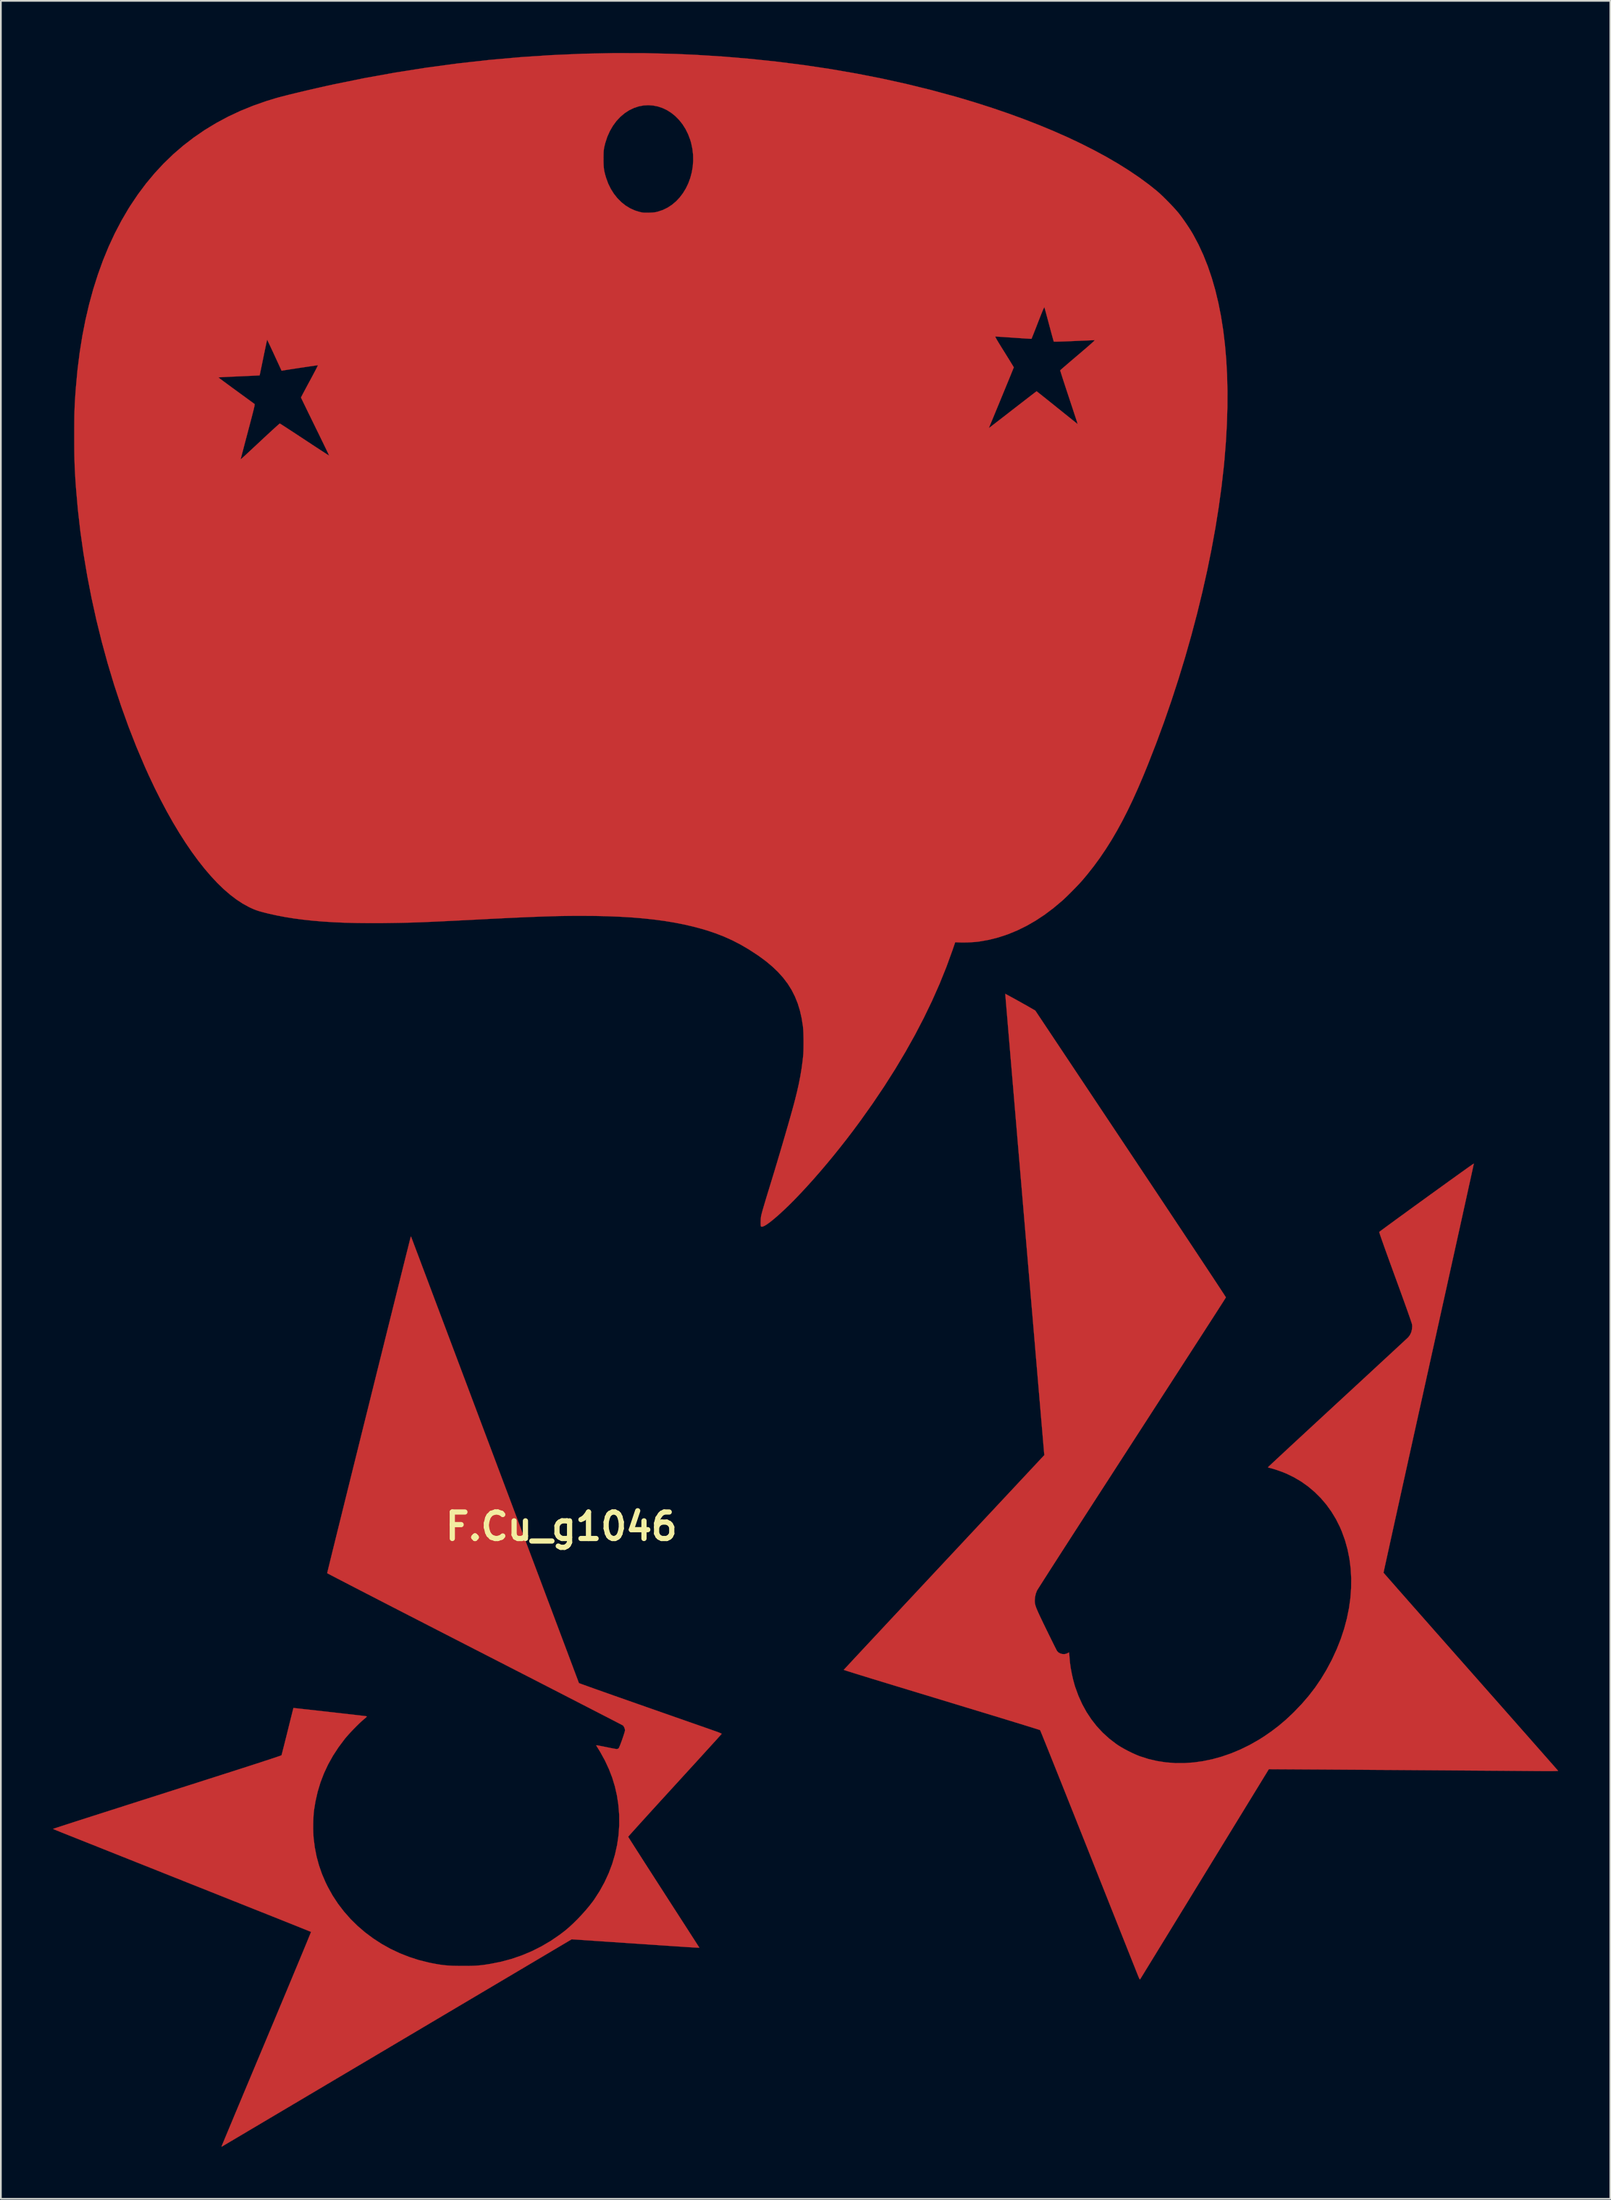
<source format=kicad_pcb>
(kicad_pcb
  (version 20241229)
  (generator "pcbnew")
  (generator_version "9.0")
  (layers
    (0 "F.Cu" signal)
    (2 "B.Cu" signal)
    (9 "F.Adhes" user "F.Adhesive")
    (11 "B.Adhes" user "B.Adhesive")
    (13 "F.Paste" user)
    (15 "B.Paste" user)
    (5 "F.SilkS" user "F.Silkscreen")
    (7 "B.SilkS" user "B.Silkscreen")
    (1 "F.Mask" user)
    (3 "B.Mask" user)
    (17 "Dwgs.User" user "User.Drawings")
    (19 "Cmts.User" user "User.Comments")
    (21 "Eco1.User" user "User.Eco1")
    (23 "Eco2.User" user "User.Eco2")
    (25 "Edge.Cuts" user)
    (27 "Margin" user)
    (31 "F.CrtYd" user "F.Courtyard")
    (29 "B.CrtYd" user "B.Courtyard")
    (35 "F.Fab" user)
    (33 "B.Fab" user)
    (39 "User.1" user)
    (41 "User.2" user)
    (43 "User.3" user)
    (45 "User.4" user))
  (footprint "F.Cu_g1046"
    (layer "F.Cu")
    (at 29.257 84.784)
    (property "Reference" "F.Cu_g1046" (at 0 0 0) (layer "F.SilkS") (effects (font (size 1.524 1.524) (thickness 0.3))))
    (attr through_hole)
    (fp_poly (pts (xy -8.643 -16.658) (xy -8.621 -16.599) (xy -8.585 -16.504) (xy -8.535 -16.373) (xy -8.473 -16.207) (xy -8.398 -16.008) (xy -8.311 -15.777) (xy -8.212 -15.516) (xy -8.103 -15.225) (xy -7.983 -14.905) (xy -7.852 -14.559) (xy -7.712 -14.187) (xy -7.563 -13.791) (xy -7.406 -13.372) (xy -7.24 -12.93) (xy -7.066 -12.469) (xy -6.885 -11.988) (xy -6.697 -11.489) (xy -6.503 -10.973) (xy -6.303 -10.441) (xy -6.098 -9.896) (xy -5.888 -9.338) (xy -5.674 -8.768) (xy -5.455 -8.187) (xy -5.234 -7.598) (xy -5.009 -7) (xy -4.782 -6.396) (xy -4.553 -5.787) (xy -4.322 -5.173) (xy -4.09 -4.557) (xy -3.858 -3.94) (xy -3.626 -3.322) (xy -3.394 -2.705) (xy -3.163 -2.091) (xy -2.933 -1.48) (xy -2.705 -0.874) (xy -2.48 -0.274) (xy -2.257 0.318) (xy -2.037 0.902) (xy -1.822 1.476) (xy -1.61 2.039) (xy -1.403 2.589) (xy -1.201 3.125) (xy -1.005 3.647) (xy -0.816 4.152) (xy -0.632 4.639) (xy -0.456 5.108) (xy -0.288 5.556) (xy -0.127 5.983) (xy 0.025 6.388) (xy 0.168 6.768) (xy 0.302 7.124) (xy 0.425 7.452) (xy 0.538 7.753) (xy 0.641 8.026) (xy 0.731 8.267) (xy 0.81 8.478) (xy 0.877 8.655) (xy 0.931 8.798) (xy 0.971 8.906) (xy 0.998 8.978) (xy 1.009 9.007) (xy 1.029 9.016) (xy 1.088 9.039) (xy 1.182 9.074) (xy 1.311 9.12) (xy 1.472 9.178) (xy 1.663 9.247) (xy 1.882 9.325) (xy 2.127 9.412) (xy 2.397 9.508) (xy 2.689 9.611) (xy 3.001 9.722) (xy 3.332 9.838) (xy 3.679 9.96) (xy 4.041 10.087) (xy 4.415 10.219) (xy 4.758 10.339) (xy 5.147 10.475) (xy 5.53 10.609) (xy 5.902 10.74) (xy 6.263 10.866) (xy 6.61 10.988) (xy 6.941 11.103) (xy 7.254 11.213) (xy 7.546 11.315) (xy 7.815 11.409) (xy 8.059 11.495) (xy 8.276 11.571) (xy 8.463 11.636) (xy 8.619 11.691) (xy 8.74 11.734) (xy 8.826 11.764) (xy 8.864 11.777) (xy 8.98 11.819) (xy 9.08 11.858) (xy 9.158 11.891) (xy 9.208 11.916) (xy 9.224 11.929) (xy 9.209 11.947) (xy 9.167 11.994) (xy 9.1 12.069) (xy 9.008 12.172) (xy 8.893 12.299) (xy 8.756 12.449) (xy 8.599 12.622) (xy 8.423 12.815) (xy 8.23 13.027) (xy 8.021 13.257) (xy 7.798 13.502) (xy 7.561 13.761) (xy 7.312 14.033) (xy 7.053 14.317) (xy 6.785 14.61) (xy 6.53 14.889) (xy 6.255 15.189) (xy 5.988 15.482) (xy 5.729 15.764) (xy 5.482 16.036) (xy 5.246 16.294) (xy 5.024 16.539) (xy 4.817 16.767) (xy 4.625 16.978) (xy 4.452 17.17) (xy 4.297 17.341) (xy 4.162 17.49) (xy 4.05 17.616) (xy 3.96 17.716) (xy 3.895 17.79) (xy 3.856 17.836) (xy 3.844 17.851) (xy 3.855 17.872) (xy 3.889 17.926) (xy 3.943 18.012) (xy 4.016 18.128) (xy 4.108 18.272) (xy 4.217 18.443) (xy 4.342 18.639) (xy 4.482 18.857) (xy 4.635 19.097) (xy 4.801 19.356) (xy 4.979 19.633) (xy 5.167 19.925) (xy 5.363 20.231) (xy 5.568 20.549) (xy 5.779 20.877) (xy 5.878 21.03) (xy 6.092 21.363) (xy 6.3 21.686) (xy 6.501 21.998) (xy 6.694 22.297) (xy 6.877 22.581) (xy 7.049 22.848) (xy 7.21 23.097) (xy 7.357 23.326) (xy 7.49 23.533) (xy 7.608 23.716) (xy 7.709 23.873) (xy 7.792 24.002) (xy 7.856 24.103) (xy 7.901 24.172) (xy 7.924 24.208) (xy 7.927 24.213) (xy 7.931 24.217) (xy 7.935 24.221) (xy 7.939 24.225) (xy 7.941 24.228) (xy 7.938 24.23) (xy 7.93 24.232) (xy 7.914 24.233) (xy 7.888 24.234) (xy 7.851 24.233) (xy 7.801 24.231) (xy 7.736 24.228) (xy 7.654 24.224) (xy 7.554 24.218) (xy 7.434 24.21) (xy 7.292 24.202) (xy 7.127 24.191) (xy 6.936 24.178) (xy 6.718 24.164) (xy 6.471 24.148) (xy 6.193 24.129) (xy 5.883 24.108) (xy 5.538 24.085) (xy 5.158 24.059) (xy 4.74 24.031) (xy 4.282 24) (xy 4.026 23.983) (xy 0.591 23.751) (xy -9.468 29.711) (xy -10.071 30.069) (xy -10.666 30.421) (xy -11.25 30.768) (xy -11.824 31.107) (xy -12.385 31.44) (xy -12.933 31.764) (xy -13.466 32.08) (xy -13.985 32.388) (xy -14.487 32.685) (xy -14.971 32.972) (xy -15.437 33.248) (xy -15.884 33.513) (xy -16.31 33.765) (xy -16.715 34.005) (xy -17.097 34.231) (xy -17.455 34.444) (xy -17.789 34.641) (xy -18.097 34.824) (xy -18.378 34.991) (xy -18.632 35.141) (xy -18.856 35.274) (xy -19.051 35.389) (xy -19.215 35.486) (xy -19.347 35.564) (xy -19.445 35.623) (xy -19.51 35.661) (xy -19.54 35.679) (xy -19.542 35.68) (xy -19.558 35.675) (xy -19.558 35.67) (xy -19.55 35.649) (xy -19.526 35.591) (xy -19.487 35.497) (xy -19.433 35.368) (xy -19.366 35.205) (xy -19.285 35.012) (xy -19.192 34.788) (xy -19.086 34.535) (xy -18.969 34.255) (xy -18.842 33.949) (xy -18.704 33.62) (xy -18.556 33.267) (xy -18.4 32.893) (xy -18.235 32.499) (xy -18.062 32.087) (xy -17.882 31.658) (xy -17.696 31.214) (xy -17.504 30.755) (xy -17.306 30.284) (xy -17.104 29.803) (xy -16.975 29.495) (xy -16.771 29.007) (xy -16.57 28.53) (xy -16.375 28.063) (xy -16.186 27.61) (xy -16.002 27.172) (xy -15.825 26.749) (xy -15.656 26.344) (xy -15.495 25.957) (xy -15.343 25.591) (xy -15.199 25.247) (xy -15.066 24.927) (xy -14.943 24.631) (xy -14.831 24.361) (xy -14.731 24.119) (xy -14.643 23.907) (xy -14.569 23.725) (xy -14.507 23.575) (xy -14.46 23.459) (xy -14.428 23.378) (xy -14.411 23.334) (xy -14.409 23.325) (xy -14.43 23.316) (xy -14.488 23.292) (xy -14.582 23.254) (xy -14.708 23.203) (xy -14.865 23.14) (xy -15.05 23.066) (xy -15.261 22.981) (xy -15.496 22.887) (xy -15.753 22.784) (xy -16.03 22.674) (xy -16.324 22.556) (xy -16.634 22.433) (xy -16.956 22.304) (xy -17.29 22.172) (xy -17.314 22.162) (xy -17.654 22.027) (xy -18.028 21.878) (xy -18.434 21.716) (xy -18.865 21.545) (xy -19.319 21.364) (xy -19.79 21.176) (xy -20.275 20.983) (xy -20.769 20.786) (xy -21.268 20.588) (xy -21.768 20.389) (xy -22.263 20.191) (xy -22.751 19.997) (xy -23.226 19.808) (xy -23.684 19.625) (xy -24.067 19.473) (xy -24.464 19.315) (xy -24.857 19.158) (xy -25.244 19.004) (xy -25.621 18.854) (xy -25.987 18.708) (xy -26.339 18.568) (xy -26.675 18.434) (xy -26.993 18.307) (xy -27.29 18.189) (xy -27.564 18.08) (xy -27.813 17.981) (xy -28.033 17.893) (xy -28.224 17.817) (xy -28.382 17.755) (xy -28.506 17.705) (xy -28.591 17.672) (xy -28.748 17.609) (xy -28.891 17.551) (xy -29.017 17.5) (xy -29.121 17.457) (xy -29.197 17.425) (xy -29.242 17.404) (xy -29.252 17.398) (xy -29.232 17.391) (xy -29.174 17.371) (xy -29.08 17.34) (xy -28.952 17.298) (xy -28.792 17.246) (xy -28.602 17.184) (xy -28.385 17.114) (xy -28.142 17.035) (xy -27.875 16.949) (xy -27.588 16.857) (xy -27.281 16.758) (xy -26.956 16.654) (xy -26.617 16.546) (xy -26.265 16.433) (xy -25.956 16.334) (xy -25.522 16.196) (xy -25.055 16.046) (xy -24.56 15.888) (xy -24.044 15.723) (xy -23.513 15.554) (xy -22.972 15.381) (xy -22.428 15.207) (xy -21.887 15.034) (xy -21.355 14.865) (xy -20.838 14.7) (xy -20.343 14.541) (xy -19.875 14.392) (xy -19.441 14.253) (xy -19.391 14.237) (xy -19.005 14.114) (xy -18.635 13.995) (xy -18.283 13.882) (xy -17.951 13.775) (xy -17.64 13.674) (xy -17.352 13.581) (xy -17.09 13.495) (xy -16.854 13.418) (xy -16.648 13.35) (xy -16.472 13.292) (xy -16.329 13.243) (xy -16.219 13.206) (xy -16.146 13.18) (xy -16.111 13.166) (xy -16.108 13.164) (xy -16.101 13.139) (xy -16.084 13.076) (xy -16.058 12.979) (xy -16.026 12.851) (xy -15.986 12.697) (xy -15.941 12.519) (xy -15.891 12.32) (xy -15.837 12.106) (xy -15.78 11.878) (xy -15.758 11.79) (xy -15.701 11.559) (xy -15.647 11.34) (xy -15.596 11.138) (xy -15.55 10.954) (xy -15.51 10.793) (xy -15.476 10.658) (xy -15.45 10.553) (xy -15.431 10.481) (xy -15.422 10.445) (xy -15.421 10.441) (xy -15.4 10.443) (xy -15.341 10.449) (xy -15.246 10.459) (xy -15.12 10.473) (xy -14.965 10.49) (xy -14.785 10.51) (xy -14.585 10.532) (xy -14.366 10.556) (xy -14.133 10.582) (xy -13.888 10.61) (xy -13.637 10.638) (xy -13.381 10.667) (xy -13.124 10.696) (xy -12.871 10.725) (xy -12.623 10.753) (xy -12.386 10.78) (xy -12.161 10.805) (xy -11.953 10.829) (xy -11.765 10.851) (xy -11.601 10.87) (xy -11.463 10.886) (xy -11.356 10.898) (xy -11.283 10.907) (xy -11.247 10.912) (xy -11.245 10.913) (xy -11.208 10.926) (xy -11.199 10.938) (xy -11.215 10.957) (xy -11.257 10.997) (xy -11.319 11.052) (xy -11.391 11.113) (xy -11.503 11.211) (xy -11.635 11.334) (xy -11.78 11.476) (xy -11.931 11.629) (xy -12.081 11.786) (xy -12.223 11.939) (xy -12.35 12.082) (xy -12.455 12.207) (xy -12.469 12.224) (xy -12.828 12.704) (xy -13.146 13.191) (xy -13.424 13.689) (xy -13.663 14.199) (xy -13.864 14.723) (xy -14.027 15.264) (xy -14.154 15.824) (xy -14.235 16.32) (xy -14.253 16.487) (xy -14.267 16.686) (xy -14.277 16.906) (xy -14.282 17.138) (xy -14.283 17.369) (xy -14.278 17.591) (xy -14.269 17.793) (xy -14.259 17.928) (xy -14.19 18.471) (xy -14.088 18.991) (xy -13.951 19.495) (xy -13.779 19.99) (xy -13.568 20.481) (xy -13.439 20.743) (xy -13.164 21.237) (xy -12.853 21.709) (xy -12.509 22.158) (xy -12.134 22.583) (xy -11.728 22.982) (xy -11.295 23.354) (xy -10.835 23.698) (xy -10.351 24.012) (xy -9.845 24.295) (xy -9.318 24.545) (xy -8.772 24.762) (xy -8.21 24.944) (xy -7.632 25.089) (xy -7.462 25.124) (xy -7.238 25.166) (xy -7.035 25.201) (xy -6.846 25.228) (xy -6.662 25.249) (xy -6.473 25.263) (xy -6.27 25.274) (xy -6.046 25.279) (xy -5.791 25.282) (xy -5.704 25.282) (xy -5.465 25.282) (xy -5.26 25.28) (xy -5.081 25.276) (xy -4.919 25.268) (xy -4.768 25.257) (xy -4.618 25.242) (xy -4.461 25.223) (xy -4.29 25.197) (xy -4.096 25.166) (xy -4.086 25.165) (xy -3.471 25.042) (xy -2.869 24.88) (xy -2.28 24.678) (xy -1.707 24.438) (xy -1.152 24.159) (xy -0.615 23.844) (xy -0.1 23.492) (xy 0.195 23.267) (xy 0.426 23.073) (xy 0.669 22.849) (xy 0.917 22.604) (xy 1.163 22.345) (xy 1.399 22.082) (xy 1.618 21.82) (xy 1.812 21.569) (xy 1.891 21.459) (xy 2.205 20.972) (xy 2.482 20.468) (xy 2.722 19.949) (xy 2.923 19.417) (xy 3.084 18.874) (xy 3.206 18.323) (xy 3.288 17.765) (xy 3.328 17.203) (xy 3.327 16.639) (xy 3.323 16.541) (xy 3.277 15.997) (xy 3.196 15.47) (xy 3.079 14.956) (xy 2.926 14.452) (xy 2.734 13.955) (xy 2.504 13.462) (xy 2.233 12.969) (xy 2.025 12.632) (xy 2.01 12.599) (xy 2.012 12.586) (xy 2.034 12.588) (xy 2.093 12.597) (xy 2.182 12.613) (xy 2.295 12.635) (xy 2.428 12.661) (xy 2.572 12.69) (xy 2.722 12.721) (xy 2.862 12.749) (xy 2.985 12.772) (xy 3.084 12.79) (xy 3.154 12.801) (xy 3.187 12.805) (xy 3.261 12.786) (xy 3.296 12.758) (xy 3.317 12.723) (xy 3.347 12.655) (xy 3.386 12.56) (xy 3.429 12.447) (xy 3.475 12.322) (xy 3.52 12.192) (xy 3.564 12.064) (xy 3.602 11.947) (xy 3.633 11.846) (xy 3.653 11.769) (xy 3.661 11.723) (xy 3.661 11.721) (xy 3.648 11.643) (xy 3.616 11.556) (xy 3.572 11.481) (xy 3.543 11.448) (xy 3.522 11.436) (xy 3.464 11.405) (xy 3.371 11.356) (xy 3.244 11.29) (xy 3.084 11.207) (xy 2.892 11.108) (xy 2.67 10.993) (xy 2.418 10.864) (xy 2.138 10.719) (xy 1.832 10.562) (xy 1.499 10.39) (xy 1.142 10.207) (xy 0.762 10.011) (xy 0.36 9.805) (xy -0.063 9.587) (xy -0.506 9.359) (xy -0.968 9.122) (xy -1.447 8.876) (xy -1.942 8.622) (xy -2.452 8.361) (xy -2.976 8.092) (xy -3.512 7.817) (xy -4.06 7.536) (xy -4.618 7.25) (xy -4.985 7.062) (xy -5.548 6.773) (xy -6.102 6.489) (xy -6.646 6.21) (xy -7.177 5.937) (xy -7.695 5.671) (xy -8.199 5.412) (xy -8.688 5.161) (xy -9.16 4.919) (xy -9.614 4.685) (xy -10.049 4.461) (xy -10.463 4.248) (xy -10.856 4.045) (xy -11.227 3.854) (xy -11.574 3.675) (xy -11.896 3.509) (xy -12.191 3.356) (xy -12.459 3.217) (xy -12.699 3.093) (xy -12.909 2.984) (xy -13.088 2.891) (xy -13.235 2.814) (xy -13.348 2.754) (xy -13.427 2.712) (xy -13.47 2.688) (xy -13.479 2.683) (xy -13.474 2.661) (xy -13.459 2.6) (xy -13.435 2.5) (xy -13.402 2.364) (xy -13.36 2.194) (xy -13.31 1.99) (xy -13.252 1.754) (xy -13.187 1.488) (xy -13.114 1.193) (xy -13.034 0.871) (xy -12.949 0.524) (xy -12.857 0.152) (xy -12.759 -0.242) (xy -12.656 -0.657) (xy -12.549 -1.091) (xy -12.437 -1.543) (xy -12.321 -2.012) (xy -12.201 -2.495) (xy -12.078 -2.991) (xy -11.952 -3.5) (xy -11.823 -4.018) (xy -11.692 -4.545) (xy -11.56 -5.078) (xy -11.426 -5.618) (xy -11.291 -6.161) (xy -11.155 -6.706) (xy -11.019 -7.253) (xy -10.884 -7.798) (xy -10.749 -8.342) (xy -10.615 -8.881) (xy -10.482 -9.415) (xy -10.35 -9.943) (xy -10.221 -10.461) (xy -10.095 -10.97) (xy -9.971 -11.467) (xy -9.85 -11.952) (xy -9.733 -12.421) (xy -9.62 -12.874) (xy -9.512 -13.31) (xy -9.408 -13.726) (xy -9.309 -14.121) (xy -9.216 -14.494) (xy -9.129 -14.843) (xy -9.048 -15.167) (xy -8.974 -15.463) (xy -8.907 -15.731) (xy -8.847 -15.969) (xy -8.795 -16.175) (xy -8.752 -16.348) (xy -8.717 -16.486) (xy -8.691 -16.588) (xy -8.674 -16.652) (xy -8.667 -16.676) (xy -8.667 -16.676) (xy -8.65 -16.678) (xy -8.643 -16.658)) (stroke (width 0.01) (type solid)) (fill yes) (layer "F.Cu"))
    (fp_poly (pts (xy 25.712 -30.562) (xy 25.871 -30.475) (xy 26.052 -30.376) (xy 26.245 -30.269) (xy 26.44 -30.161) (xy 26.628 -30.055) (xy 26.8 -29.959) (xy 26.945 -29.876) (xy 26.966 -29.863) (xy 27.273 -29.686) (xy 32.761 -21.452) (xy 33.119 -20.916) (xy 33.47 -20.387) (xy 33.816 -19.869) (xy 34.153 -19.362) (xy 34.483 -18.867) (xy 34.803 -18.385) (xy 35.114 -17.917) (xy 35.415 -17.464) (xy 35.705 -17.029) (xy 35.982 -16.61) (xy 36.248 -16.21) (xy 36.5 -15.83) (xy 36.738 -15.471) (xy 36.961 -15.134) (xy 37.169 -14.82) (xy 37.361 -14.53) (xy 37.536 -14.265) (xy 37.693 -14.027) (xy 37.832 -13.815) (xy 37.952 -13.633) (xy 38.052 -13.48) (xy 38.132 -13.358) (xy 38.19 -13.267) (xy 38.227 -13.21) (xy 38.241 -13.186) (xy 38.241 -13.186) (xy 38.239 -13.181) (xy 38.233 -13.171) (xy 38.224 -13.155) (xy 38.21 -13.132) (xy 38.191 -13.102) (xy 38.167 -13.064) (xy 38.137 -13.017) (xy 38.101 -12.959) (xy 38.058 -12.891) (xy 38.007 -12.812) (xy 37.948 -12.72) (xy 37.881 -12.616) (xy 37.805 -12.497) (xy 37.72 -12.364) (xy 37.625 -12.216) (xy 37.519 -12.052) (xy 37.402 -11.87) (xy 37.274 -11.671) (xy 37.133 -11.454) (xy 36.981 -11.217) (xy 36.815 -10.96) (xy 36.636 -10.683) (xy 36.443 -10.384) (xy 36.235 -10.062) (xy 36.012 -9.717) (xy 35.774 -9.349) (xy 35.52 -8.955) (xy 35.249 -8.536) (xy 34.962 -8.091) (xy 34.656 -7.619) (xy 34.333 -7.119) (xy 33.991 -6.59) (xy 33.631 -6.032) (xy 33.25 -5.443) (xy 32.85 -4.824) (xy 32.429 -4.173) (xy 31.987 -3.489) (xy 31.524 -2.772) (xy 31.038 -2.021) (xy 30.621 -1.376) (xy 30.351 -0.958) (xy 30.086 -0.548) (xy 29.828 -0.148) (xy 29.577 0.241) (xy 29.335 0.616) (xy 29.103 0.977) (xy 28.88 1.322) (xy 28.669 1.65) (xy 28.471 1.959) (xy 28.285 2.248) (xy 28.114 2.515) (xy 27.958 2.759) (xy 27.818 2.978) (xy 27.695 3.171) (xy 27.59 3.336) (xy 27.504 3.472) (xy 27.437 3.577) (xy 27.392 3.65) (xy 27.368 3.69) (xy 27.365 3.695) (xy 27.301 3.868) (xy 27.258 4.059) (xy 27.242 4.25) (xy 27.242 4.256) (xy 27.243 4.316) (xy 27.247 4.375) (xy 27.255 4.434) (xy 27.269 4.499) (xy 27.29 4.571) (xy 27.318 4.654) (xy 27.357 4.752) (xy 27.406 4.867) (xy 27.467 5.003) (xy 27.541 5.163) (xy 27.63 5.35) (xy 27.734 5.567) (xy 27.856 5.818) (xy 27.902 5.911) (xy 28.004 6.122) (xy 28.103 6.323) (xy 28.196 6.511) (xy 28.281 6.683) (xy 28.356 6.834) (xy 28.42 6.961) (xy 28.471 7.061) (xy 28.507 7.131) (xy 28.527 7.166) (xy 28.528 7.167) (xy 28.606 7.248) (xy 28.711 7.305) (xy 28.83 7.337) (xy 28.954 7.342) (xy 29.07 7.316) (xy 29.12 7.293) (xy 29.21 7.242) (xy 29.219 7.288) (xy 29.225 7.328) (xy 29.231 7.399) (xy 29.238 7.489) (xy 29.242 7.546) (xy 29.268 7.838) (xy 29.313 8.155) (xy 29.375 8.483) (xy 29.449 8.809) (xy 29.534 9.121) (xy 29.572 9.243) (xy 29.756 9.746) (xy 29.972 10.223) (xy 30.219 10.674) (xy 30.499 11.097) (xy 30.809 11.493) (xy 31.149 11.859) (xy 31.518 12.196) (xy 31.917 12.502) (xy 32.046 12.591) (xy 32.212 12.694) (xy 32.405 12.804) (xy 32.616 12.916) (xy 32.833 13.023) (xy 33.043 13.118) (xy 33.235 13.198) (xy 33.285 13.217) (xy 33.775 13.374) (xy 34.278 13.492) (xy 34.792 13.571) (xy 35.315 13.611) (xy 35.846 13.613) (xy 36.382 13.576) (xy 36.921 13.501) (xy 37.462 13.389) (xy 38.003 13.239) (xy 38.542 13.053) (xy 39.077 12.829) (xy 39.607 12.57) (xy 40.128 12.274) (xy 40.418 12.091) (xy 40.857 11.789) (xy 41.274 11.471) (xy 41.678 11.129) (xy 42.078 10.755) (xy 42.166 10.668) (xy 42.605 10.21) (xy 43.005 9.746) (xy 43.373 9.269) (xy 43.711 8.773) (xy 44.026 8.252) (xy 44.321 7.699) (xy 44.355 7.631) (xy 44.623 7.049) (xy 44.854 6.464) (xy 45.048 5.877) (xy 45.204 5.29) (xy 45.323 4.705) (xy 45.405 4.123) (xy 45.448 3.546) (xy 45.454 2.976) (xy 45.422 2.415) (xy 45.352 1.863) (xy 45.244 1.324) (xy 45.098 0.797) (xy 44.913 0.287) (xy 44.803 0.029) (xy 44.575 -0.426) (xy 44.314 -0.856) (xy 44.022 -1.261) (xy 43.7 -1.638) (xy 43.351 -1.985) (xy 42.976 -2.302) (xy 42.576 -2.586) (xy 42.154 -2.835) (xy 41.711 -3.049) (xy 41.709 -3.05) (xy 41.567 -3.108) (xy 41.409 -3.168) (xy 41.244 -3.227) (xy 41.083 -3.281) (xy 40.937 -3.326) (xy 40.816 -3.359) (xy 40.783 -3.367) (xy 40.718 -3.383) (xy 40.674 -3.399) (xy 40.661 -3.409) (xy 40.677 -3.425) (xy 40.722 -3.468) (xy 40.795 -3.537) (xy 40.896 -3.632) (xy 41.023 -3.75) (xy 41.174 -3.891) (xy 41.349 -4.053) (xy 41.546 -4.236) (xy 41.763 -4.438) (xy 42 -4.658) (xy 42.255 -4.894) (xy 42.527 -5.146) (xy 42.815 -5.412) (xy 43.116 -5.691) (xy 43.431 -5.982) (xy 43.757 -6.283) (xy 44.093 -6.594) (xy 44.439 -6.913) (xy 44.656 -7.114) (xy 45.008 -7.439) (xy 45.352 -7.756) (xy 45.687 -8.066) (xy 46.011 -8.365) (xy 46.324 -8.655) (xy 46.624 -8.932) (xy 46.909 -9.196) (xy 47.179 -9.446) (xy 47.432 -9.68) (xy 47.667 -9.897) (xy 47.882 -10.096) (xy 48.076 -10.276) (xy 48.248 -10.435) (xy 48.396 -10.572) (xy 48.519 -10.686) (xy 48.616 -10.776) (xy 48.685 -10.841) (xy 48.725 -10.879) (xy 48.734 -10.888) (xy 48.832 -11.017) (xy 48.905 -11.171) (xy 48.949 -11.342) (xy 48.963 -11.519) (xy 48.955 -11.621) (xy 48.945 -11.662) (xy 48.92 -11.741) (xy 48.881 -11.859) (xy 48.828 -12.015) (xy 48.76 -12.207) (xy 48.68 -12.435) (xy 48.586 -12.698) (xy 48.479 -12.996) (xy 48.359 -13.328) (xy 48.227 -13.693) (xy 48.082 -14.09) (xy 47.993 -14.334) (xy 47.837 -14.762) (xy 47.695 -15.152) (xy 47.568 -15.504) (xy 47.454 -15.818) (xy 47.355 -16.095) (xy 47.271 -16.333) (xy 47.201 -16.532) (xy 47.145 -16.693) (xy 47.104 -16.815) (xy 47.078 -16.898) (xy 47.067 -16.941) (xy 47.067 -16.948) (xy 47.087 -16.965) (xy 47.139 -17.005) (xy 47.22 -17.066) (xy 47.329 -17.147) (xy 47.463 -17.246) (xy 47.62 -17.361) (xy 47.798 -17.491) (xy 47.994 -17.635) (xy 48.207 -17.79) (xy 48.433 -17.954) (xy 48.672 -18.128) (xy 48.92 -18.308) (xy 49.175 -18.493) (xy 49.436 -18.682) (xy 49.699 -18.872) (xy 49.963 -19.064) (xy 50.226 -19.253) (xy 50.485 -19.44) (xy 50.739 -19.623) (xy 50.984 -19.8) (xy 51.218 -19.968) (xy 51.441 -20.128) (xy 51.648 -20.277) (xy 51.838 -20.413) (xy 52.009 -20.535) (xy 52.159 -20.642) (xy 52.285 -20.731) (xy 52.385 -20.801) (xy 52.458 -20.851) (xy 52.499 -20.879) (xy 52.509 -20.884) (xy 52.505 -20.862) (xy 52.492 -20.8) (xy 52.47 -20.699) (xy 52.44 -20.56) (xy 52.402 -20.384) (xy 52.356 -20.173) (xy 52.302 -19.928) (xy 52.24 -19.649) (xy 52.172 -19.339) (xy 52.097 -18.997) (xy 52.015 -18.626) (xy 51.927 -18.226) (xy 51.833 -17.799) (xy 51.733 -17.346) (xy 51.627 -16.867) (xy 51.516 -16.365) (xy 51.4 -15.84) (xy 51.279 -15.294) (xy 51.154 -14.727) (xy 51.024 -14.141) (xy 50.891 -13.537) (xy 50.753 -12.916) (xy 50.612 -12.279) (xy 50.468 -11.628) (xy 50.321 -10.963) (xy 50.171 -10.286) (xy 50.018 -9.598) (xy 49.911 -9.113) (xy 49.757 -8.418) (xy 49.605 -7.733) (xy 49.456 -7.06) (xy 49.309 -6.399) (xy 49.166 -5.752) (xy 49.026 -5.12) (xy 48.89 -4.504) (xy 48.757 -3.905) (xy 48.629 -3.325) (xy 48.505 -2.764) (xy 48.385 -2.224) (xy 48.271 -1.706) (xy 48.162 -1.211) (xy 48.058 -0.74) (xy 47.959 -0.294) (xy 47.867 0.125) (xy 47.781 0.516) (xy 47.701 0.878) (xy 47.628 1.21) (xy 47.562 1.511) (xy 47.503 1.78) (xy 47.451 2.015) (xy 47.407 2.215) (xy 47.371 2.38) (xy 47.344 2.507) (xy 47.325 2.597) (xy 47.314 2.647) (xy 47.312 2.658) (xy 47.326 2.675) (xy 47.368 2.723) (xy 47.435 2.801) (xy 47.528 2.906) (xy 47.644 3.039) (xy 47.784 3.198) (xy 47.946 3.382) (xy 48.128 3.59) (xy 48.331 3.821) (xy 48.553 4.073) (xy 48.793 4.345) (xy 49.05 4.637) (xy 49.324 4.947) (xy 49.612 5.274) (xy 49.915 5.617) (xy 50.23 5.975) (xy 50.558 6.346) (xy 50.897 6.73) (xy 51.246 7.126) (xy 51.604 7.531) (xy 51.971 7.946) (xy 52.335 8.358) (xy 52.708 8.78) (xy 53.074 9.195) (xy 53.432 9.6) (xy 53.781 9.995) (xy 54.12 10.379) (xy 54.448 10.75) (xy 54.763 11.107) (xy 55.065 11.45) (xy 55.353 11.777) (xy 55.626 12.086) (xy 55.883 12.378) (xy 56.123 12.65) (xy 56.344 12.901) (xy 56.547 13.131) (xy 56.729 13.338) (xy 56.891 13.522) (xy 57.03 13.68) (xy 57.146 13.812) (xy 57.238 13.917) (xy 57.305 13.994) (xy 57.345 14.041) (xy 57.359 14.058) (xy 57.349 14.063) (xy 57.312 14.066) (xy 57.249 14.069) (xy 57.156 14.071) (xy 57.032 14.073) (xy 56.876 14.074) (xy 56.685 14.074) (xy 56.459 14.073) (xy 56.195 14.071) (xy 55.891 14.069) (xy 55.666 14.067) (xy 55.387 14.065) (xy 55.068 14.062) (xy 54.714 14.06) (xy 54.326 14.056) (xy 53.907 14.053) (xy 53.461 14.05) (xy 52.99 14.046) (xy 52.498 14.043) (xy 51.987 14.039) (xy 51.461 14.035) (xy 50.921 14.031) (xy 50.372 14.027) (xy 49.817 14.023) (xy 49.257 14.019) (xy 48.697 14.015) (xy 48.139 14.011) (xy 47.586 14.007) (xy 47.041 14.004) (xy 46.507 14) (xy 45.987 13.996) (xy 45.484 13.993) (xy 45.002 13.99) (xy 44.542 13.987) (xy 44.107 13.984) (xy 43.702 13.981) (xy 43.329 13.979) (xy 43.116 13.978) (xy 40.712 13.963) (xy 37.025 19.984) (xy 36.741 20.448) (xy 36.462 20.903) (xy 36.19 21.348) (xy 35.925 21.781) (xy 35.667 22.201) (xy 35.419 22.606) (xy 35.18 22.996) (xy 34.952 23.368) (xy 34.735 23.722) (xy 34.53 24.056) (xy 34.338 24.369) (xy 34.16 24.66) (xy 33.996 24.927) (xy 33.848 25.168) (xy 33.716 25.383) (xy 33.601 25.57) (xy 33.504 25.729) (xy 33.426 25.856) (xy 33.367 25.952) (xy 33.328 26.014) (xy 33.311 26.042) (xy 33.31 26.044) (xy 33.298 26.055) (xy 33.285 26.052) (xy 33.268 26.03) (xy 33.246 25.986) (xy 33.214 25.913) (xy 33.171 25.809) (xy 33.142 25.736) (xy 33.124 25.69) (xy 33.09 25.607) (xy 33.043 25.486) (xy 32.981 25.331) (xy 32.906 25.143) (xy 32.818 24.923) (xy 32.719 24.673) (xy 32.608 24.394) (xy 32.486 24.087) (xy 32.354 23.755) (xy 32.212 23.399) (xy 32.062 23.02) (xy 31.903 22.62) (xy 31.736 22.2) (xy 31.561 21.762) (xy 31.381 21.307) (xy 31.194 20.837) (xy 31.001 20.353) (xy 30.804 19.858) (xy 30.603 19.351) (xy 30.398 18.836) (xy 30.29 18.563) (xy 30.085 18.047) (xy 29.883 17.541) (xy 29.686 17.047) (xy 29.495 16.565) (xy 29.308 16.098) (xy 29.128 15.646) (xy 28.955 15.211) (xy 28.789 14.795) (xy 28.631 14.4) (xy 28.481 14.025) (xy 28.34 13.673) (xy 28.209 13.346) (xy 28.088 13.044) (xy 27.978 12.769) (xy 27.879 12.523) (xy 27.791 12.307) (xy 27.717 12.122) (xy 27.655 11.97) (xy 27.607 11.852) (xy 27.572 11.769) (xy 27.553 11.724) (xy 27.549 11.715) (xy 27.525 11.706) (xy 27.464 11.686) (xy 27.367 11.655) (xy 27.236 11.614) (xy 27.074 11.563) (xy 26.883 11.504) (xy 26.666 11.437) (xy 26.425 11.362) (xy 26.162 11.282) (xy 25.879 11.195) (xy 25.579 11.103) (xy 25.264 11.007) (xy 24.937 10.907) (xy 24.719 10.841) (xy 24.32 10.719) (xy 23.886 10.588) (xy 23.425 10.447) (xy 22.944 10.301) (xy 22.448 10.15) (xy 21.945 9.997) (xy 21.441 9.844) (xy 20.943 9.692) (xy 20.457 9.545) (xy 19.99 9.403) (xy 19.549 9.268) (xy 19.139 9.144) (xy 19.082 9.126) (xy 18.746 9.024) (xy 18.422 8.925) (xy 18.112 8.83) (xy 17.817 8.74) (xy 17.541 8.655) (xy 17.285 8.576) (xy 17.052 8.504) (xy 16.844 8.439) (xy 16.663 8.382) (xy 16.512 8.335) (xy 16.393 8.297) (xy 16.309 8.269) (xy 16.26 8.252) (xy 16.249 8.247) (xy 16.264 8.231) (xy 16.307 8.185) (xy 16.376 8.11) (xy 16.472 8.007) (xy 16.592 7.877) (xy 16.737 7.722) (xy 16.904 7.541) (xy 17.094 7.338) (xy 17.305 7.111) (xy 17.537 6.863) (xy 17.787 6.595) (xy 18.056 6.307) (xy 18.342 6.001) (xy 18.644 5.677) (xy 18.961 5.337) (xy 19.293 4.982) (xy 19.639 4.612) (xy 19.997 4.229) (xy 20.366 3.834) (xy 20.746 3.427) (xy 21.135 3.011) (xy 21.533 2.585) (xy 21.938 2.152) (xy 22.024 2.06) (xy 27.794 -4.111) (xy 27.782 -4.22) (xy 27.779 -4.249) (xy 27.773 -4.319) (xy 27.764 -4.428) (xy 27.751 -4.575) (xy 27.735 -4.759) (xy 27.716 -4.977) (xy 27.695 -5.229) (xy 27.671 -5.514) (xy 27.644 -5.83) (xy 27.614 -6.175) (xy 27.583 -6.548) (xy 27.549 -6.948) (xy 27.512 -7.373) (xy 27.474 -7.823) (xy 27.434 -8.295) (xy 27.392 -8.788) (xy 27.349 -9.302) (xy 27.303 -9.833) (xy 27.257 -10.382) (xy 27.209 -10.947) (xy 27.16 -11.526) (xy 27.11 -12.118) (xy 27.058 -12.722) (xy 27.006 -13.335) (xy 26.954 -13.958) (xy 26.9 -14.588) (xy 26.846 -15.224) (xy 26.792 -15.865) (xy 26.737 -16.509) (xy 26.683 -17.155) (xy 26.628 -17.802) (xy 26.573 -18.448) (xy 26.519 -19.091) (xy 26.465 -19.731) (xy 26.411 -20.366) (xy 26.358 -20.995) (xy 26.305 -21.616) (xy 26.253 -22.227) (xy 26.203 -22.829) (xy 26.153 -23.418) (xy 26.104 -23.994) (xy 26.057 -24.555) (xy 26.011 -25.101) (xy 25.966 -25.628) (xy 25.923 -26.137) (xy 25.882 -26.626) (xy 25.842 -27.094) (xy 25.805 -27.538) (xy 25.769 -27.958) (xy 25.736 -28.352) (xy 25.705 -28.72) (xy 25.677 -29.058) (xy 25.651 -29.367) (xy 25.627 -29.645) (xy 25.607 -29.89) (xy 25.589 -30.101) (xy 25.574 -30.277) (xy 25.563 -30.415) (xy 25.555 -30.516) (xy 25.55 -30.577) (xy 25.548 -30.597) (xy 25.548 -30.65) (xy 25.712 -30.562)) (stroke (width 0.01) (type solid)) (fill yes) (layer "F.Cu"))
    (fp_poly (pts (xy 4.781 -84.775) (xy 6.557 -84.731) (xy 7.768 -84.677) (xy 9.336 -84.578) (xy 10.892 -84.446) (xy 12.434 -84.283) (xy 13.959 -84.089) (xy 15.466 -83.864) (xy 16.952 -83.607) (xy 18.416 -83.321) (xy 19.855 -83.004) (xy 21.269 -82.657) (xy 22.653 -82.281) (xy 22.864 -82.221) (xy 23.843 -81.927) (xy 24.796 -81.622) (xy 25.722 -81.305) (xy 26.62 -80.978) (xy 27.489 -80.639) (xy 28.328 -80.291) (xy 29.136 -79.934) (xy 29.91 -79.568) (xy 30.651 -79.193) (xy 31.357 -78.811) (xy 32.026 -78.422) (xy 32.658 -78.026) (xy 33.252 -77.625) (xy 33.805 -77.218) (xy 34.279 -76.838) (xy 34.393 -76.739) (xy 34.527 -76.615) (xy 34.675 -76.472) (xy 34.831 -76.317) (xy 34.989 -76.156) (xy 35.142 -75.997) (xy 35.284 -75.844) (xy 35.408 -75.705) (xy 35.509 -75.587) (xy 35.526 -75.565) (xy 35.653 -75.401) (xy 35.791 -75.21) (xy 35.935 -75.004) (xy 36.076 -74.793) (xy 36.208 -74.589) (xy 36.322 -74.401) (xy 36.359 -74.337) (xy 36.664 -73.764) (xy 36.944 -73.157) (xy 37.199 -72.517) (xy 37.428 -71.844) (xy 37.631 -71.14) (xy 37.808 -70.403) (xy 37.96 -69.636) (xy 38.086 -68.837) (xy 38.186 -68.008) (xy 38.26 -67.149) (xy 38.309 -66.261) (xy 38.331 -65.343) (xy 38.327 -64.397) (xy 38.297 -63.422) (xy 38.241 -62.42) (xy 38.159 -61.39) (xy 38.121 -60.992) (xy 37.99 -59.836) (xy 37.828 -58.656) (xy 37.636 -57.455) (xy 37.414 -56.238) (xy 37.164 -55.006) (xy 36.885 -53.765) (xy 36.58 -52.516) (xy 36.249 -51.264) (xy 35.893 -50.012) (xy 35.512 -48.764) (xy 35.108 -47.522) (xy 34.682 -46.291) (xy 34.234 -45.074) (xy 33.765 -43.873) (xy 33.491 -43.201) (xy 33.188 -42.492) (xy 32.886 -41.822) (xy 32.582 -41.188) (xy 32.276 -40.589) (xy 31.965 -40.021) (xy 31.649 -39.481) (xy 31.324 -38.967) (xy 30.99 -38.475) (xy 30.646 -38.004) (xy 30.288 -37.549) (xy 29.996 -37.2) (xy 29.89 -37.081) (xy 29.76 -36.94) (xy 29.612 -36.785) (xy 29.454 -36.623) (xy 29.293 -36.461) (xy 29.136 -36.305) (xy 28.989 -36.164) (xy 28.86 -36.043) (xy 28.818 -36.006) (xy 28.319 -35.586) (xy 27.811 -35.204) (xy 27.293 -34.862) (xy 26.767 -34.56) (xy 26.234 -34.298) (xy 25.694 -34.076) (xy 25.149 -33.896) (xy 24.598 -33.756) (xy 24.044 -33.659) (xy 23.937 -33.645) (xy 23.78 -33.63) (xy 23.594 -33.618) (xy 23.392 -33.609) (xy 23.187 -33.605) (xy 22.993 -33.606) (xy 22.841 -33.611) (xy 22.663 -33.619) (xy 22.501 -33.145) (xy 22.152 -32.186) (xy 21.762 -31.22) (xy 21.331 -30.248) (xy 20.859 -29.27) (xy 20.348 -28.289) (xy 19.796 -27.303) (xy 19.206 -26.315) (xy 18.576 -25.324) (xy 17.908 -24.331) (xy 17.201 -23.337) (xy 16.809 -22.807) (xy 16.44 -22.322) (xy 16.061 -21.839) (xy 15.677 -21.36) (xy 15.289 -20.891) (xy 14.901 -20.434) (xy 14.516 -19.993) (xy 14.137 -19.572) (xy 13.768 -19.174) (xy 13.412 -18.803) (xy 13.071 -18.462) (xy 12.84 -18.241) (xy 12.602 -18.02) (xy 12.383 -17.825) (xy 12.186 -17.658) (xy 12.011 -17.518) (xy 11.858 -17.407) (xy 11.73 -17.324) (xy 11.627 -17.272) (xy 11.549 -17.249) (xy 11.497 -17.258) (xy 11.482 -17.273) (xy 11.474 -17.309) (xy 11.469 -17.376) (xy 11.467 -17.466) (xy 11.469 -17.567) (xy 11.473 -17.67) (xy 11.48 -17.764) (xy 11.489 -17.839) (xy 11.492 -17.854) (xy 11.507 -17.921) (xy 11.526 -18.001) (xy 11.551 -18.096) (xy 11.583 -18.21) (xy 11.622 -18.345) (xy 11.668 -18.504) (xy 11.724 -18.691) (xy 11.789 -18.908) (xy 11.865 -19.158) (xy 11.953 -19.444) (xy 12 -19.598) (xy 12.123 -19.999) (xy 12.248 -20.409) (xy 12.372 -20.822) (xy 12.496 -21.237) (xy 12.618 -21.647) (xy 12.737 -22.051) (xy 12.852 -22.444) (xy 12.962 -22.823) (xy 13.066 -23.182) (xy 13.162 -23.52) (xy 13.25 -23.832) (xy 13.328 -24.113) (xy 13.395 -24.361) (xy 13.439 -24.529) (xy 13.561 -25.018) (xy 13.665 -25.48) (xy 13.752 -25.925) (xy 13.824 -26.363) (xy 13.883 -26.804) (xy 13.91 -27.051) (xy 13.922 -27.192) (xy 13.93 -27.365) (xy 13.935 -27.561) (xy 13.937 -27.771) (xy 13.937 -27.986) (xy 13.933 -28.198) (xy 13.927 -28.398) (xy 13.918 -28.577) (xy 13.906 -28.727) (xy 13.9 -28.785) (xy 13.826 -29.251) (xy 13.726 -29.691) (xy 13.598 -30.106) (xy 13.439 -30.499) (xy 13.25 -30.872) (xy 13.028 -31.227) (xy 12.771 -31.567) (xy 12.479 -31.894) (xy 12.149 -32.211) (xy 11.781 -32.519) (xy 11.373 -32.821) (xy 11.239 -32.912) (xy 10.765 -33.219) (xy 10.298 -33.491) (xy 9.83 -33.732) (xy 9.351 -33.947) (xy 8.854 -34.139) (xy 8.329 -34.313) (xy 8.086 -34.385) (xy 7.58 -34.52) (xy 7.056 -34.641) (xy 6.511 -34.748) (xy 5.942 -34.842) (xy 5.348 -34.922) (xy 4.727 -34.989) (xy 4.076 -35.044) (xy 3.393 -35.085) (xy 2.676 -35.114) (xy 1.922 -35.131) (xy 1.196 -35.136) (xy 0.947 -35.136) (xy 0.704 -35.135) (xy 0.462 -35.133) (xy 0.221 -35.13) (xy -0.024 -35.126) (xy -0.275 -35.121) (xy -0.533 -35.114) (xy -0.803 -35.106) (xy -1.086 -35.097) (xy -1.385 -35.086) (xy -1.703 -35.074) (xy -2.042 -35.06) (xy -2.405 -35.044) (xy -2.794 -35.026) (xy -3.213 -35.006) (xy -3.663 -34.984) (xy -4.148 -34.96) (xy -4.67 -34.933) (xy -5.232 -34.904) (xy -5.239 -34.904) (xy -5.71 -34.88) (xy -6.142 -34.858) (xy -6.539 -34.838) (xy -6.904 -34.821) (xy -7.241 -34.805) (xy -7.554 -34.791) (xy -7.847 -34.779) (xy -8.122 -34.768) (xy -8.383 -34.759) (xy -8.634 -34.751) (xy -8.878 -34.744) (xy -9.12 -34.738) (xy -9.362 -34.733) (xy -9.608 -34.729) (xy -9.862 -34.725) (xy -10.127 -34.722) (xy -10.287 -34.72) (xy -11.045 -34.718) (xy -11.764 -34.725) (xy -12.446 -34.742) (xy -13.094 -34.77) (xy -13.71 -34.808) (xy -14.296 -34.857) (xy -14.855 -34.917) (xy -15.389 -34.987) (xy -15.901 -35.069) (xy -16.391 -35.163) (xy -16.864 -35.268) (xy -17.018 -35.306) (xy -17.21 -35.356) (xy -17.37 -35.4) (xy -17.509 -35.444) (xy -17.635 -35.49) (xy -17.761 -35.542) (xy -17.894 -35.603) (xy -17.981 -35.645) (xy -18.338 -35.84) (xy -18.699 -36.077) (xy -19.062 -36.353) (xy -19.428 -36.669) (xy -19.795 -37.024) (xy -20.163 -37.417) (xy -20.531 -37.846) (xy -20.899 -38.311) (xy -21.266 -38.812) (xy -21.631 -39.347) (xy -21.993 -39.914) (xy -22.353 -40.515) (xy -22.709 -41.147) (xy -23.06 -41.81) (xy -23.407 -42.502) (xy -23.748 -43.224) (xy -23.976 -43.73) (xy -24.457 -44.862) (xy -24.911 -46.024) (xy -25.338 -47.213) (xy -25.738 -48.426) (xy -26.109 -49.657) (xy -26.45 -50.905) (xy -26.761 -52.164) (xy -27.04 -53.432) (xy -27.287 -54.705) (xy -27.501 -55.979) (xy -27.681 -57.251) (xy -27.826 -58.517) (xy -27.935 -59.773) (xy -27.949 -59.976) (xy -27.968 -60.25) (xy -27.983 -60.5) (xy -27.996 -60.734) (xy -28.007 -60.959) (xy -28.015 -61.18) (xy -28.022 -61.405) (xy -28.027 -61.639) (xy -28.031 -61.891) (xy -28.033 -62.166) (xy -28.034 -62.471) (xy -28.034 -62.759) (xy -28.034 -63.084) (xy -28.033 -63.373) (xy -28.031 -63.633) (xy -28.028 -63.868) (xy -28.023 -64.087) (xy -28.016 -64.294) (xy -28.008 -64.496) (xy -27.998 -64.7) (xy -27.985 -64.912) (xy -27.97 -65.138) (xy -27.952 -65.384) (xy -27.938 -65.564) (xy -27.887 -66.119) (xy -19.74 -66.119) (xy -19.724 -66.106) (xy -19.678 -66.07) (xy -19.603 -66.013) (xy -19.503 -65.938) (xy -19.38 -65.847) (xy -19.238 -65.742) (xy -19.079 -65.625) (xy -18.906 -65.498) (xy -18.727 -65.368) (xy -18.542 -65.233) (xy -18.367 -65.105) (xy -18.204 -64.987) (xy -18.057 -64.879) (xy -17.929 -64.786) (xy -17.822 -64.708) (xy -17.741 -64.649) (xy -17.688 -64.61) (xy -17.666 -64.595) (xy -17.659 -64.588) (xy -17.655 -64.577) (xy -17.653 -64.56) (xy -17.654 -64.534) (xy -17.66 -64.495) (xy -17.67 -64.441) (xy -17.686 -64.37) (xy -17.707 -64.279) (xy -17.736 -64.164) (xy -17.772 -64.024) (xy -17.815 -63.855) (xy -17.868 -63.655) (xy -17.929 -63.421) (xy -18.001 -63.151) (xy -18.042 -62.995) (xy -18.108 -62.745) (xy -18.171 -62.507) (xy -18.23 -62.284) (xy -18.283 -62.08) (xy -18.331 -61.897) (xy -18.373 -61.738) (xy -18.407 -61.607) (xy -18.433 -61.508) (xy -18.45 -61.442) (xy -18.457 -61.413) (xy -18.457 -61.412) (xy -18.454 -61.411) (xy -18.444 -61.416) (xy -18.425 -61.431) (xy -18.394 -61.456) (xy -18.351 -61.495) (xy -18.292 -61.547) (xy -18.217 -61.616) (xy -18.122 -61.703) (xy -18.007 -61.81) (xy -17.869 -61.938) (xy -17.706 -62.09) (xy -17.516 -62.267) (xy -17.297 -62.471) (xy -17.272 -62.495) (xy -17.095 -62.66) (xy -16.927 -62.816) (xy -16.77 -62.961) (xy -16.627 -63.092) (xy -16.501 -63.207) (xy -16.393 -63.304) (xy -16.308 -63.381) (xy -16.246 -63.434) (xy -16.212 -63.462) (xy -16.206 -63.466) (xy -16.185 -63.454) (xy -16.131 -63.421) (xy -16.048 -63.368) (xy -15.937 -63.296) (xy -15.802 -63.209) (xy -15.645 -63.106) (xy -15.469 -62.992) (xy -15.277 -62.866) (xy -15.071 -62.73) (xy -14.854 -62.588) (xy -14.778 -62.538) (xy -14.559 -62.393) (xy -14.35 -62.255) (xy -14.154 -62.127) (xy -13.973 -62.009) (xy -13.811 -61.903) (xy -13.67 -61.812) (xy -13.553 -61.736) (xy -13.462 -61.678) (xy -13.399 -61.639) (xy -13.369 -61.621) (xy -13.366 -61.62) (xy -13.374 -61.64) (xy -13.399 -61.695) (xy -13.441 -61.783) (xy -13.497 -61.9) (xy -13.566 -62.044) (xy -13.648 -62.213) (xy -13.74 -62.403) (xy -13.842 -62.612) (xy -13.951 -62.837) (xy -14.068 -63.076) (xy -14.132 -63.206) (xy 24.603 -63.206) (xy 24.603 -63.204) (xy 24.62 -63.216) (xy 24.668 -63.253) (xy 24.745 -63.312) (xy 24.847 -63.391) (xy 24.973 -63.488) (xy 25.12 -63.602) (xy 25.286 -63.73) (xy 25.467 -63.87) (xy 25.662 -64.021) (xy 25.868 -64.181) (xy 25.972 -64.262) (xy 26.183 -64.425) (xy 26.384 -64.581) (xy 26.573 -64.727) (xy 26.747 -64.861) (xy 26.904 -64.982) (xy 27.041 -65.088) (xy 27.156 -65.176) (xy 27.247 -65.245) (xy 27.31 -65.293) (xy 27.343 -65.317) (xy 27.348 -65.32) (xy 27.366 -65.307) (xy 27.414 -65.27) (xy 27.49 -65.21) (xy 27.591 -65.13) (xy 27.714 -65.032) (xy 27.857 -64.918) (xy 28.017 -64.79) (xy 28.192 -64.65) (xy 28.378 -64.501) (xy 28.53 -64.378) (xy 28.724 -64.223) (xy 28.907 -64.075) (xy 29.079 -63.938) (xy 29.235 -63.813) (xy 29.373 -63.702) (xy 29.491 -63.608) (xy 29.586 -63.532) (xy 29.656 -63.477) (xy 29.697 -63.445) (xy 29.708 -63.437) (xy 29.709 -63.437) (xy 29.709 -63.441) (xy 29.707 -63.449) (xy 29.702 -63.466) (xy 29.694 -63.492) (xy 29.682 -63.531) (xy 29.665 -63.584) (xy 29.642 -63.655) (xy 29.612 -63.745) (xy 29.575 -63.858) (xy 29.53 -63.994) (xy 29.476 -64.158) (xy 29.413 -64.351) (xy 29.338 -64.575) (xy 29.253 -64.834) (xy 29.155 -65.129) (xy 29.093 -65.316) (xy 29.022 -65.531) (xy 28.956 -65.734) (xy 28.894 -65.922) (xy 28.84 -66.091) (xy 28.793 -66.238) (xy 28.755 -66.358) (xy 28.727 -66.448) (xy 28.71 -66.505) (xy 28.706 -66.526) (xy 28.723 -66.542) (xy 28.769 -66.584) (xy 28.842 -66.648) (xy 28.94 -66.732) (xy 29.058 -66.834) (xy 29.195 -66.952) (xy 29.348 -67.083) (xy 29.514 -67.224) (xy 29.69 -67.374) (xy 29.725 -67.403) (xy 29.949 -67.594) (xy 30.142 -67.759) (xy 30.304 -67.899) (xy 30.436 -68.015) (xy 30.54 -68.107) (xy 30.616 -68.177) (xy 30.665 -68.226) (xy 30.688 -68.254) (xy 30.688 -68.262) (xy 30.658 -68.26) (xy 30.59 -68.258) (xy 30.487 -68.254) (xy 30.355 -68.248) (xy 30.196 -68.241) (xy 30.016 -68.234) (xy 29.818 -68.225) (xy 29.606 -68.216) (xy 29.496 -68.211) (xy 29.28 -68.202) (xy 29.077 -68.194) (xy 28.89 -68.187) (xy 28.725 -68.182) (xy 28.583 -68.177) (xy 28.471 -68.175) (xy 28.39 -68.174) (xy 28.346 -68.174) (xy 28.339 -68.175) (xy 28.331 -68.198) (xy 28.313 -68.257) (xy 28.287 -68.349) (xy 28.253 -68.47) (xy 28.213 -68.616) (xy 28.168 -68.782) (xy 28.119 -68.965) (xy 28.069 -69.151) (xy 28.017 -69.347) (xy 27.967 -69.531) (xy 27.922 -69.7) (xy 27.882 -69.848) (xy 27.848 -69.971) (xy 27.822 -70.066) (xy 27.804 -70.129) (xy 27.796 -70.154) (xy 27.787 -70.151) (xy 27.769 -70.12) (xy 27.74 -70.06) (xy 27.7 -69.969) (xy 27.649 -69.844) (xy 27.585 -69.685) (xy 27.508 -69.489) (xy 27.422 -69.269) (xy 27.35 -69.082) (xy 27.282 -68.907) (xy 27.219 -68.749) (xy 27.165 -68.611) (xy 27.119 -68.497) (xy 27.084 -68.411) (xy 27.062 -68.357) (xy 27.053 -68.338) (xy 27.03 -68.338) (xy 26.969 -68.341) (xy 26.874 -68.347) (xy 26.749 -68.354) (xy 26.599 -68.364) (xy 26.427 -68.375) (xy 26.237 -68.388) (xy 26.035 -68.402) (xy 26.024 -68.403) (xy 25.82 -68.417) (xy 25.629 -68.43) (xy 25.453 -68.442) (xy 25.299 -68.452) (xy 25.17 -68.46) (xy 25.07 -68.465) (xy 25.003 -68.469) (xy 24.975 -68.469) (xy 24.974 -68.469) (xy 24.972 -68.457) (xy 24.986 -68.424) (xy 25.015 -68.366) (xy 25.062 -68.283) (xy 25.127 -68.173) (xy 25.212 -68.033) (xy 25.317 -67.862) (xy 25.444 -67.659) (xy 25.488 -67.589) (xy 25.596 -67.415) (xy 25.698 -67.251) (xy 25.79 -67.103) (xy 25.87 -66.972) (xy 25.937 -66.862) (xy 25.989 -66.777) (xy 26.022 -66.721) (xy 26.035 -66.697) (xy 26.035 -66.696) (xy 26.027 -66.675) (xy 26.004 -66.619) (xy 25.968 -66.53) (xy 25.92 -66.412) (xy 25.862 -66.268) (xy 25.794 -66.101) (xy 25.718 -65.916) (xy 25.635 -65.715) (xy 25.547 -65.502) (xy 25.456 -65.279) (xy 25.362 -65.051) (xy 25.267 -64.821) (xy 25.173 -64.591) (xy 25.08 -64.367) (xy 24.99 -64.149) (xy 24.905 -63.943) (xy 24.826 -63.752) (xy 24.754 -63.578) (xy 24.69 -63.425) (xy 24.637 -63.297) (xy 24.631 -63.283) (xy 24.612 -63.234) (xy 24.603 -63.206) (xy -14.132 -63.206) (xy -14.172 -63.287) (xy -14.293 -63.535) (xy -14.409 -63.772) (xy -14.519 -63.996) (xy -14.62 -64.203) (xy -14.711 -64.391) (xy -14.792 -64.557) (xy -14.86 -64.698) (xy -14.915 -64.812) (xy -14.956 -64.896) (xy -14.979 -64.947) (xy -14.986 -64.962) (xy -14.976 -64.983) (xy -14.948 -65.038) (xy -14.904 -65.123) (xy -14.845 -65.234) (xy -14.774 -65.368) (xy -14.692 -65.521) (xy -14.602 -65.689) (xy -14.505 -65.869) (xy -14.49 -65.895) (xy -14.393 -66.076) (xy -14.302 -66.246) (xy -14.221 -66.4) (xy -14.15 -66.535) (xy -14.092 -66.648) (xy -14.048 -66.735) (xy -14.02 -66.793) (xy -14.01 -66.818) (xy -14.011 -66.818) (xy -14.033 -66.816) (xy -14.093 -66.808) (xy -14.184 -66.796) (xy -14.302 -66.778) (xy -14.443 -66.758) (xy -14.601 -66.735) (xy -14.771 -66.709) (xy -14.948 -66.683) (xy -15.128 -66.656) (xy -15.305 -66.629) (xy -15.474 -66.603) (xy -15.631 -66.579) (xy -15.771 -66.557) (xy -15.889 -66.538) (xy -15.979 -66.524) (xy -16.035 -66.514) (xy -16.101 -66.502) (xy -16.512 -67.393) (xy -16.595 -67.574) (xy -16.674 -67.742) (xy -16.745 -67.895) (xy -16.808 -68.027) (xy -16.86 -68.136) (xy -16.899 -68.218) (xy -16.924 -68.268) (xy -16.933 -68.283) (xy -16.94 -68.263) (xy -16.953 -68.206) (xy -16.974 -68.115) (xy -17 -67.994) (xy -17.031 -67.847) (xy -17.066 -67.679) (xy -17.105 -67.493) (xy -17.146 -67.294) (xy -17.152 -67.262) (xy -17.194 -67.061) (xy -17.232 -66.872) (xy -17.268 -66.7) (xy -17.299 -66.55) (xy -17.325 -66.424) (xy -17.346 -66.327) (xy -17.36 -66.263) (xy -17.366 -66.236) (xy -17.366 -66.236) (xy -17.388 -66.234) (xy -17.448 -66.23) (xy -17.542 -66.225) (xy -17.668 -66.219) (xy -17.82 -66.212) (xy -17.996 -66.204) (xy -18.191 -66.195) (xy -18.402 -66.185) (xy -18.551 -66.179) (xy -18.771 -66.169) (xy -18.977 -66.16) (xy -19.167 -66.151) (xy -19.336 -66.143) (xy -19.48 -66.136) (xy -19.597 -66.129) (xy -19.681 -66.124) (xy -19.729 -66.121) (xy -19.74 -66.119) (xy -27.887 -66.119) (xy -27.846 -66.565) (xy -27.723 -67.542) (xy -27.571 -68.494) (xy -27.39 -69.421) (xy -27.18 -70.321) (xy -26.941 -71.195) (xy -26.673 -72.04) (xy -26.378 -72.857) (xy -26.054 -73.645) (xy -25.702 -74.403) (xy -25.322 -75.13) (xy -24.915 -75.826) (xy -24.817 -75.982) (xy -24.373 -76.645) (xy -23.902 -77.274) (xy -23.405 -77.87) (xy -22.882 -78.433) (xy -22.607 -78.698) (xy 2.424 -78.698) (xy 2.425 -78.502) (xy 2.43 -78.34) (xy 2.439 -78.2) (xy 2.455 -78.073) (xy 2.478 -77.949) (xy 2.51 -77.818) (xy 2.552 -77.671) (xy 2.574 -77.597) (xy 2.694 -77.27) (xy 2.844 -76.965) (xy 3.022 -76.683) (xy 3.224 -76.428) (xy 3.45 -76.202) (xy 3.695 -76.007) (xy 3.959 -75.846) (xy 4.238 -75.721) (xy 4.466 -75.65) (xy 4.56 -75.627) (xy 4.636 -75.611) (xy 4.704 -75.601) (xy 4.777 -75.595) (xy 4.864 -75.594) (xy 4.976 -75.595) (xy 5.048 -75.596) (xy 5.191 -75.601) (xy 5.307 -75.61) (xy 5.409 -75.624) (xy 5.512 -75.647) (xy 5.556 -75.658) (xy 5.845 -75.755) (xy 6.116 -75.888) (xy 6.368 -76.054) (xy 6.601 -76.251) (xy 6.812 -76.475) (xy 7 -76.725) (xy 7.165 -76.996) (xy 7.304 -77.286) (xy 7.417 -77.593) (xy 7.502 -77.913) (xy 7.559 -78.243) (xy 7.584 -78.58) (xy 7.579 -78.923) (xy 7.54 -79.267) (xy 7.467 -79.61) (xy 7.415 -79.788) (xy 7.291 -80.115) (xy 7.141 -80.416) (xy 6.968 -80.689) (xy 6.772 -80.935) (xy 6.558 -81.151) (xy 6.327 -81.338) (xy 6.083 -81.493) (xy 5.826 -81.616) (xy 5.56 -81.706) (xy 5.287 -81.761) (xy 5.01 -81.782) (xy 4.731 -81.767) (xy 4.453 -81.714) (xy 4.177 -81.623) (xy 3.907 -81.494) (xy 3.645 -81.324) (xy 3.64 -81.321) (xy 3.389 -81.108) (xy 3.161 -80.863) (xy 2.959 -80.587) (xy 2.785 -80.284) (xy 2.639 -79.956) (xy 2.525 -79.606) (xy 2.473 -79.396) (xy 2.457 -79.316) (xy 2.445 -79.24) (xy 2.436 -79.162) (xy 2.43 -79.072) (xy 2.427 -78.962) (xy 2.425 -78.824) (xy 2.424 -78.698) (xy -22.607 -78.698) (xy -22.332 -78.963) (xy -21.755 -79.46) (xy -21.152 -79.924) (xy -20.522 -80.356) (xy -19.866 -80.754) (xy -19.183 -81.12) (xy -18.473 -81.453) (xy -17.736 -81.753) (xy -16.972 -82.021) (xy -16.425 -82.188) (xy -16.269 -82.231) (xy -16.076 -82.282) (xy -15.851 -82.34) (xy -15.598 -82.403) (xy -15.324 -82.47) (xy -15.031 -82.54) (xy -14.725 -82.613) (xy -14.41 -82.686) (xy -14.092 -82.759) (xy -13.775 -82.831) (xy -13.464 -82.901) (xy -13.163 -82.966) (xy -13.089 -82.982) (xy -11.317 -83.343) (xy -9.537 -83.663) (xy -7.751 -83.944) (xy -5.961 -84.184) (xy -4.169 -84.384) (xy -2.375 -84.544) (xy -0.581 -84.663) (xy 1.21 -84.741) (xy 2.998 -84.779) (xy 4.781 -84.775)) (stroke (width 0.01) (type solid)) (fill yes) (layer "F.Cu")))
  (gr_rect
    (start -3 -3)
    (end 89.621 123.469)
    (stroke (width 0.1) (type default))
    (fill no)
    (layer "Edge.Cuts")))
</source>
